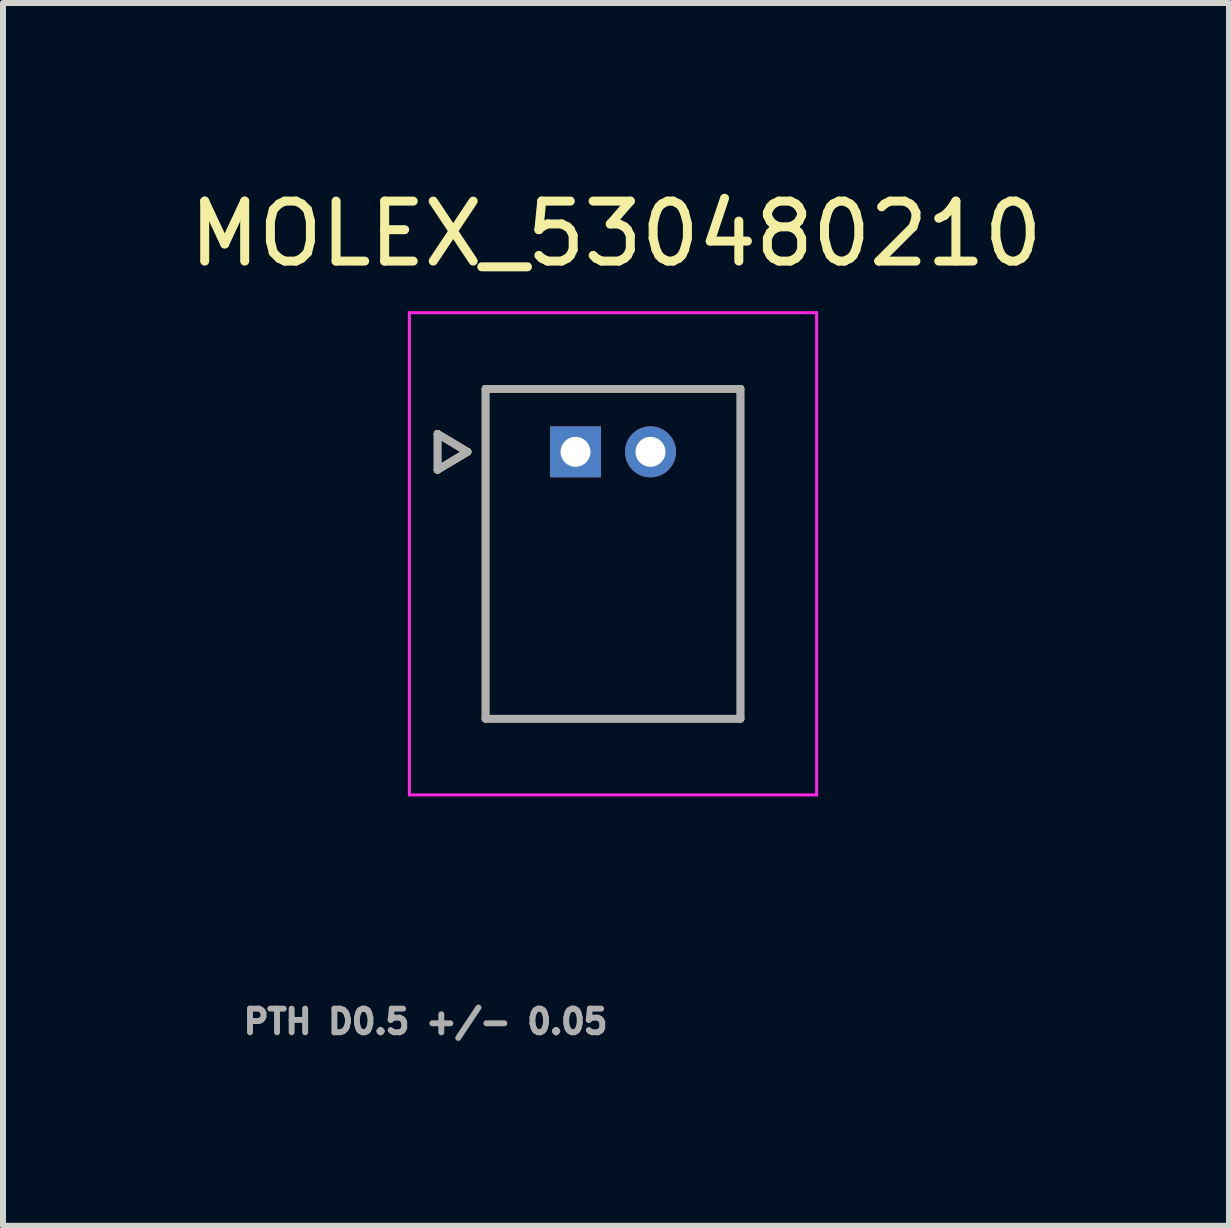
<source format=kicad_pcb>
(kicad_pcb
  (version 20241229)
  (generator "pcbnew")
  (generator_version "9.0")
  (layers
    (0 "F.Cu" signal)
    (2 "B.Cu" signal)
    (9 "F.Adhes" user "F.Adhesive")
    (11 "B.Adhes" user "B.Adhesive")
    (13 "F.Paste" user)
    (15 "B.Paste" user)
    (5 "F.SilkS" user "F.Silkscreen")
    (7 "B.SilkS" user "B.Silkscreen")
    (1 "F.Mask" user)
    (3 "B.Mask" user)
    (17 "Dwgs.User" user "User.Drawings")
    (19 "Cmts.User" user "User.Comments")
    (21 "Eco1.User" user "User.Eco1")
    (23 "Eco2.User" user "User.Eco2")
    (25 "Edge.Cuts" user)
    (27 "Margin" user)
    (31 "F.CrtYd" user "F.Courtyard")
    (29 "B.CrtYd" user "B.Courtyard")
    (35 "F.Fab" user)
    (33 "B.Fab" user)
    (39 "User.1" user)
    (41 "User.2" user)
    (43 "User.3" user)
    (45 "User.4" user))
  (footprint "MOLEX_530480210"
    (layer "F.Cu")
    (at 6.545 4.483)
    (property "Reference" "MOLEX_530480210" (at 0.675 -3.635 0) (layer "F.SilkS") (effects (font (size 1 1) (thickness 0.15))))
    (attr through_hole)
    (fp_circle (center 1.25 0) (end 1.501 0) (stroke (width 0.501) (type solid)) (fill no) (layer "F.Mask"))
    (fp_poly (pts (xy 0.501 0.501) (xy -0.501 0.501) (xy -0.501 -0.501) (xy 0.501 -0.501)) (stroke (width 0.01) (type solid)) (fill yes) (layer "F.Mask"))
    (fp_circle (center 1.25 0) (end 1.501 0) (stroke (width 0.501) (type solid)) (fill no) (layer "B.Mask"))
    (fp_poly (pts (xy 0.501 0.501) (xy -0.501 0.501) (xy -0.501 -0.501) (xy 0.501 -0.501)) (stroke (width 0.01) (type solid)) (fill yes) (layer "B.Mask"))
    (fp_line (start -2.3 -0.3) (end -1.8 0) (stroke (width 0.127) (type solid)) (layer "F.SilkS"))
    (fp_line (start -2.3 0.3) (end -2.3 -0.3) (stroke (width 0.127) (type solid)) (layer "F.SilkS"))
    (fp_line (start -1.8 0) (end -2.3 0.3) (stroke (width 0.127) (type solid)) (layer "F.SilkS"))
    (fp_line (start -1.5 -1.05) (end 2.75 -1.05) (stroke (width 0.127) (type solid)) (layer "F.SilkS"))
    (fp_line (start -1.5 4.45) (end -1.5 -1.05) (stroke (width 0.127) (type solid)) (layer "F.SilkS"))
    (fp_line (start 2.75 -1.05) (end 2.75 4.45) (stroke (width 0.127) (type solid)) (layer "F.SilkS"))
    (fp_line (start 2.75 4.45) (end -1.5 4.45) (stroke (width 0.127) (type solid)) (layer "F.SilkS"))
    (fp_line (start -2.77 -2.32) (end 4.02 -2.32) (stroke (width 0.05) (type solid)) (layer "F.CrtYd"))
    (fp_line (start -2.77 5.72) (end -2.77 -2.32) (stroke (width 0.05) (type solid)) (layer "F.CrtYd"))
    (fp_line (start 4.02 -2.32) (end 4.02 5.72) (stroke (width 0.05) (type solid)) (layer "F.CrtYd"))
    (fp_line (start 4.02 5.72) (end -2.77 5.72) (stroke (width 0.05) (type solid)) (layer "F.CrtYd"))
    (fp_line (start -2.3 -0.3) (end -1.8 0) (stroke (width 0.127) (type solid)) (layer "F.Fab"))
    (fp_line (start -2.3 0.3) (end -2.3 -0.3) (stroke (width 0.127) (type solid)) (layer "F.Fab"))
    (fp_line (start -1.8 0) (end -2.3 0.3) (stroke (width 0.127) (type solid)) (layer "F.Fab"))
    (fp_line (start -1.5 -1.05) (end 2.75 -1.05) (stroke (width 0.127) (type solid)) (layer "F.Fab"))
    (fp_line (start -1.5 4.45) (end -1.5 -1.05) (stroke (width 0.127) (type solid)) (layer "F.Fab"))
    (fp_line (start 2.75 -1.05) (end 2.75 4.45) (stroke (width 0.127) (type solid)) (layer "F.Fab"))
    (fp_line (start 2.75 4.45) (end -1.5 4.45) (stroke (width 0.127) (type solid)) (layer "F.Fab"))
    (fp_text user "PTH D0.5 +/- 0.05" (at -2.5 9.5 0) (layer "F.Fab") (effects (font (size 0.394 0.394) (thickness 0.15))))
    (pad "1" thru_hole rect (at 0 0) (size 0.85 0.85) (drill 0.5) (layers "*.Cu"))
    (pad "2" thru_hole circle (at 1.25 0) (size 0.85 0.85) (drill 0.5) (layers "*.Cu")))
  (gr_rect
    (start -3 -3)
    (end 17.44 17.386)
    (stroke (width 0.1) (type default))
    (fill no)
    (layer "Edge.Cuts")))
</source>
